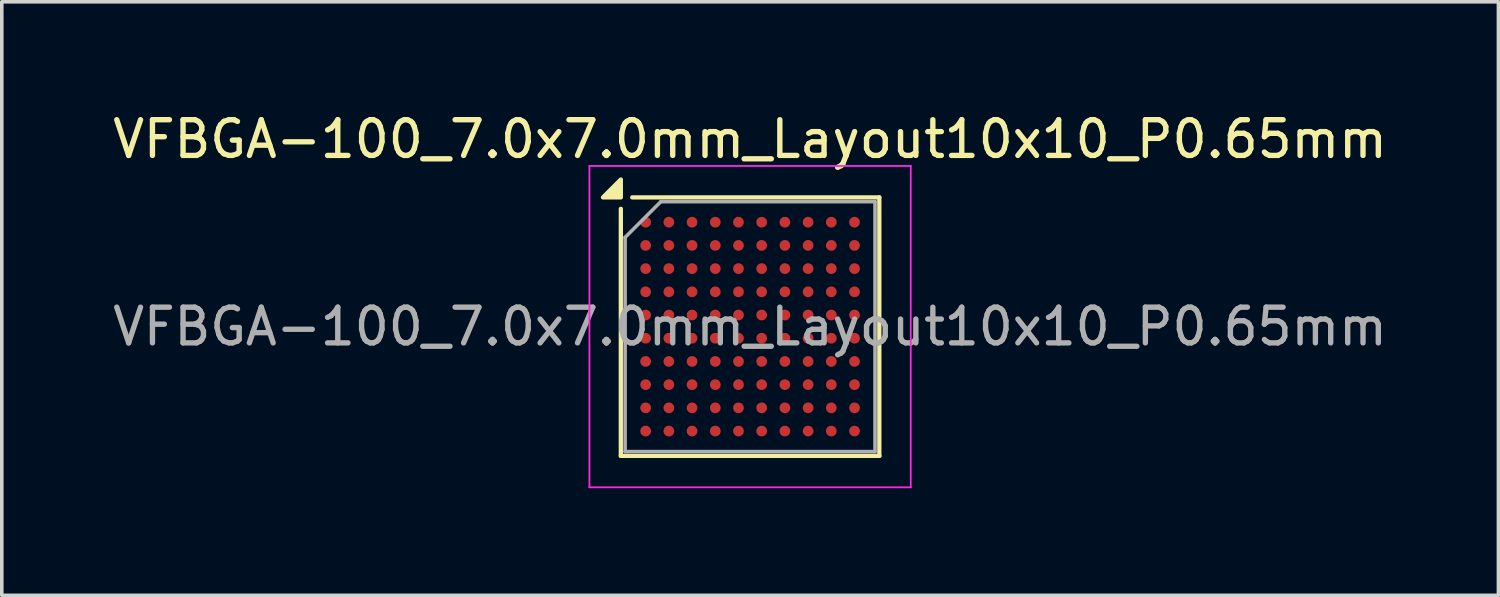
<source format=kicad_pcb>
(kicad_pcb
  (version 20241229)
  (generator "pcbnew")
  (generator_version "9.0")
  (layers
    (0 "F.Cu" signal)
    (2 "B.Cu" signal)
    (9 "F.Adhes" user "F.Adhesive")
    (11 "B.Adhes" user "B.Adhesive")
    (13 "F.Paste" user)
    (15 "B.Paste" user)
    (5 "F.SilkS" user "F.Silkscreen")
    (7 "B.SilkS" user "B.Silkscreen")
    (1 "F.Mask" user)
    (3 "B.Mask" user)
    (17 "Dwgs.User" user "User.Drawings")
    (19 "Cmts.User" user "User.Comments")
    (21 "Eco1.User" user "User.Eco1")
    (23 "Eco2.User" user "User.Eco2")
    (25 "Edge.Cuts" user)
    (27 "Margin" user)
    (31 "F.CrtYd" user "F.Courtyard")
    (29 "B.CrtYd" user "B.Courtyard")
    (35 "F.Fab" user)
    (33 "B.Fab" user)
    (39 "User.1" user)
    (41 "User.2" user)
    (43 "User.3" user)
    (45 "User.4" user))
  (footprint "VFBGA-100_7.0x7.0mm_Layout10x10_P0.65mm"
    (layer "F.Cu")
    (at 17.958 6.098)
    (property "Reference" "VFBGA-100_7.0x7.0mm_Layout10x10_P0.65mm" (at 0 -5.25 0) (layer "F.SilkS") (effects (font (size 1 1) (thickness 0.15))))
    (attr smd)
    (fp_line (start -3.62 -3.3) (end -3.62 3.62) (stroke (width 0.12) (type solid)) (layer "F.SilkS"))
    (fp_line (start -3.62 3.62) (end 3.62 3.62) (stroke (width 0.12) (type solid)) (layer "F.SilkS"))
    (fp_line (start 3.62 -3.62) (end -3.3 -3.62) (stroke (width 0.12) (type solid)) (layer "F.SilkS"))
    (fp_line (start 3.62 3.62) (end 3.62 -3.62) (stroke (width 0.12) (type solid)) (layer "F.SilkS"))
    (fp_poly (pts (xy -3.62 -3.62) (xy -4.12 -3.62) (xy -3.62 -4.12) (xy -3.62 -3.62)) (stroke (width 0.12) (type solid)) (fill yes) (layer "F.SilkS"))
    (fp_line (start -4.5 -4.5) (end -4.5 4.5) (stroke (width 0.05) (type solid)) (layer "F.CrtYd"))
    (fp_line (start -4.5 -4.5) (end 4.5 -4.5) (stroke (width 0.05) (type solid)) (layer "F.CrtYd"))
    (fp_line (start 4.5 4.5) (end -4.5 4.5) (stroke (width 0.05) (type solid)) (layer "F.CrtYd"))
    (fp_line (start 4.5 4.5) (end 4.5 -4.5) (stroke (width 0.05) (type solid)) (layer "F.CrtYd"))
    (fp_line (start -3.5 -2.5) (end -3.5 3.5) (stroke (width 0.1) (type solid)) (layer "F.Fab"))
    (fp_line (start -3.5 3.5) (end 3.5 3.5) (stroke (width 0.1) (type solid)) (layer "F.Fab"))
    (fp_line (start -2.5 -3.5) (end -3.5 -2.5) (stroke (width 0.1) (type solid)) (layer "F.Fab"))
    (fp_line (start 3.5 -3.5) (end -2.5 -3.5) (stroke (width 0.1) (type solid)) (layer "F.Fab"))
    (fp_line (start 3.5 3.5) (end 3.5 -3.5) (stroke (width 0.1) (type solid)) (layer "F.Fab"))
    (fp_text user "${REFERENCE}" (at 0 0 0) (layer "F.Fab") (effects (font (size 1 1) (thickness 0.15))))
    (pad "A1" smd circle (at -2.925 -2.925) (size 0.3 0.3) (property pad_prop_bga) (layers "F.Cu" "F.Mask" "F.Paste"))
    (pad "A2" smd circle (at -2.275 -2.925) (size 0.3 0.3) (property pad_prop_bga) (layers "F.Cu" "F.Mask" "F.Paste"))
    (pad "A3" smd circle (at -1.625 -2.925) (size 0.3 0.3) (property pad_prop_bga) (layers "F.Cu" "F.Mask" "F.Paste"))
    (pad "A4" smd circle (at -0.975 -2.925) (size 0.3 0.3) (property pad_prop_bga) (layers "F.Cu" "F.Mask" "F.Paste"))
    (pad "A5" smd circle (at -0.325 -2.925) (size 0.3 0.3) (property pad_prop_bga) (layers "F.Cu" "F.Mask" "F.Paste"))
    (pad "A6" smd circle (at 0.325 -2.925) (size 0.3 0.3) (property pad_prop_bga) (layers "F.Cu" "F.Mask" "F.Paste"))
    (pad "A7" smd circle (at 0.975 -2.925) (size 0.3 0.3) (property pad_prop_bga) (layers "F.Cu" "F.Mask" "F.Paste"))
    (pad "A8" smd circle (at 1.625 -2.925) (size 0.3 0.3) (property pad_prop_bga) (layers "F.Cu" "F.Mask" "F.Paste"))
    (pad "A9" smd circle (at 2.275 -2.925) (size 0.3 0.3) (property pad_prop_bga) (layers "F.Cu" "F.Mask" "F.Paste"))
    (pad "A10" smd circle (at 2.925 -2.925) (size 0.3 0.3) (property pad_prop_bga) (layers "F.Cu" "F.Mask" "F.Paste"))
    (pad "B1" smd circle (at -2.925 -2.275) (size 0.3 0.3) (property pad_prop_bga) (layers "F.Cu" "F.Mask" "F.Paste"))
    (pad "B2" smd circle (at -2.275 -2.275) (size 0.3 0.3) (property pad_prop_bga) (layers "F.Cu" "F.Mask" "F.Paste"))
    (pad "B3" smd circle (at -1.625 -2.275) (size 0.3 0.3) (property pad_prop_bga) (layers "F.Cu" "F.Mask" "F.Paste"))
    (pad "B4" smd circle (at -0.975 -2.275) (size 0.3 0.3) (property pad_prop_bga) (layers "F.Cu" "F.Mask" "F.Paste"))
    (pad "B5" smd circle (at -0.325 -2.275) (size 0.3 0.3) (property pad_prop_bga) (layers "F.Cu" "F.Mask" "F.Paste"))
    (pad "B6" smd circle (at 0.325 -2.275) (size 0.3 0.3) (property pad_prop_bga) (layers "F.Cu" "F.Mask" "F.Paste"))
    (pad "B7" smd circle (at 0.975 -2.275) (size 0.3 0.3) (property pad_prop_bga) (layers "F.Cu" "F.Mask" "F.Paste"))
    (pad "B8" smd circle (at 1.625 -2.275) (size 0.3 0.3) (property pad_prop_bga) (layers "F.Cu" "F.Mask" "F.Paste"))
    (pad "B9" smd circle (at 2.275 -2.275) (size 0.3 0.3) (property pad_prop_bga) (layers "F.Cu" "F.Mask" "F.Paste"))
    (pad "B10" smd circle (at 2.925 -2.275) (size 0.3 0.3) (property pad_prop_bga) (layers "F.Cu" "F.Mask" "F.Paste"))
    (pad "C1" smd circle (at -2.925 -1.625) (size 0.3 0.3) (property pad_prop_bga) (layers "F.Cu" "F.Mask" "F.Paste"))
    (pad "C2" smd circle (at -2.275 -1.625) (size 0.3 0.3) (property pad_prop_bga) (layers "F.Cu" "F.Mask" "F.Paste"))
    (pad "C3" smd circle (at -1.625 -1.625) (size 0.3 0.3) (property pad_prop_bga) (layers "F.Cu" "F.Mask" "F.Paste"))
    (pad "C4" smd circle (at -0.975 -1.625) (size 0.3 0.3) (property pad_prop_bga) (layers "F.Cu" "F.Mask" "F.Paste"))
    (pad "C5" smd circle (at -0.325 -1.625) (size 0.3 0.3) (property pad_prop_bga) (layers "F.Cu" "F.Mask" "F.Paste"))
    (pad "C6" smd circle (at 0.325 -1.625) (size 0.3 0.3) (property pad_prop_bga) (layers "F.Cu" "F.Mask" "F.Paste"))
    (pad "C7" smd circle (at 0.975 -1.625) (size 0.3 0.3) (property pad_prop_bga) (layers "F.Cu" "F.Mask" "F.Paste"))
    (pad "C8" smd circle (at 1.625 -1.625) (size 0.3 0.3) (property pad_prop_bga) (layers "F.Cu" "F.Mask" "F.Paste"))
    (pad "C9" smd circle (at 2.275 -1.625) (size 0.3 0.3) (property pad_prop_bga) (layers "F.Cu" "F.Mask" "F.Paste"))
    (pad "C10" smd circle (at 2.925 -1.625) (size 0.3 0.3) (property pad_prop_bga) (layers "F.Cu" "F.Mask" "F.Paste"))
    (pad "D1" smd circle (at -2.925 -0.975) (size 0.3 0.3) (property pad_prop_bga) (layers "F.Cu" "F.Mask" "F.Paste"))
    (pad "D2" smd circle (at -2.275 -0.975) (size 0.3 0.3) (property pad_prop_bga) (layers "F.Cu" "F.Mask" "F.Paste"))
    (pad "D3" smd circle (at -1.625 -0.975) (size 0.3 0.3) (property pad_prop_bga) (layers "F.Cu" "F.Mask" "F.Paste"))
    (pad "D4" smd circle (at -0.975 -0.975) (size 0.3 0.3) (property pad_prop_bga) (layers "F.Cu" "F.Mask" "F.Paste"))
    (pad "D5" smd circle (at -0.325 -0.975) (size 0.3 0.3) (property pad_prop_bga) (layers "F.Cu" "F.Mask" "F.Paste"))
    (pad "D6" smd circle (at 0.325 -0.975) (size 0.3 0.3) (property pad_prop_bga) (layers "F.Cu" "F.Mask" "F.Paste"))
    (pad "D7" smd circle (at 0.975 -0.975) (size 0.3 0.3) (property pad_prop_bga) (layers "F.Cu" "F.Mask" "F.Paste"))
    (pad "D8" smd circle (at 1.625 -0.975) (size 0.3 0.3) (property pad_prop_bga) (layers "F.Cu" "F.Mask" "F.Paste"))
    (pad "D9" smd circle (at 2.275 -0.975) (size 0.3 0.3) (property pad_prop_bga) (layers "F.Cu" "F.Mask" "F.Paste"))
    (pad "D10" smd circle (at 2.925 -0.975) (size 0.3 0.3) (property pad_prop_bga) (layers "F.Cu" "F.Mask" "F.Paste"))
    (pad "E1" smd circle (at -2.925 -0.325) (size 0.3 0.3) (property pad_prop_bga) (layers "F.Cu" "F.Mask" "F.Paste"))
    (pad "E2" smd circle (at -2.275 -0.325) (size 0.3 0.3) (property pad_prop_bga) (layers "F.Cu" "F.Mask" "F.Paste"))
    (pad "E3" smd circle (at -1.625 -0.325) (size 0.3 0.3) (property pad_prop_bga) (layers "F.Cu" "F.Mask" "F.Paste"))
    (pad "E4" smd circle (at -0.975 -0.325) (size 0.3 0.3) (property pad_prop_bga) (layers "F.Cu" "F.Mask" "F.Paste"))
    (pad "E5" smd circle (at -0.325 -0.325) (size 0.3 0.3) (property pad_prop_bga) (layers "F.Cu" "F.Mask" "F.Paste"))
    (pad "E6" smd circle (at 0.325 -0.325) (size 0.3 0.3) (property pad_prop_bga) (layers "F.Cu" "F.Mask" "F.Paste"))
    (pad "E7" smd circle (at 0.975 -0.325) (size 0.3 0.3) (property pad_prop_bga) (layers "F.Cu" "F.Mask" "F.Paste"))
    (pad "E8" smd circle (at 1.625 -0.325) (size 0.3 0.3) (property pad_prop_bga) (layers "F.Cu" "F.Mask" "F.Paste"))
    (pad "E9" smd circle (at 2.275 -0.325) (size 0.3 0.3) (property pad_prop_bga) (layers "F.Cu" "F.Mask" "F.Paste"))
    (pad "E10" smd circle (at 2.925 -0.325) (size 0.3 0.3) (property pad_prop_bga) (layers "F.Cu" "F.Mask" "F.Paste"))
    (pad "F1" smd circle (at -2.925 0.325) (size 0.3 0.3) (property pad_prop_bga) (layers "F.Cu" "F.Mask" "F.Paste"))
    (pad "F2" smd circle (at -2.275 0.325) (size 0.3 0.3) (property pad_prop_bga) (layers "F.Cu" "F.Mask" "F.Paste"))
    (pad "F3" smd circle (at -1.625 0.325) (size 0.3 0.3) (property pad_prop_bga) (layers "F.Cu" "F.Mask" "F.Paste"))
    (pad "F4" smd circle (at -0.975 0.325) (size 0.3 0.3) (property pad_prop_bga) (layers "F.Cu" "F.Mask" "F.Paste"))
    (pad "F5" smd circle (at -0.325 0.325) (size 0.3 0.3) (property pad_prop_bga) (layers "F.Cu" "F.Mask" "F.Paste"))
    (pad "F6" smd circle (at 0.325 0.325) (size 0.3 0.3) (property pad_prop_bga) (layers "F.Cu" "F.Mask" "F.Paste"))
    (pad "F7" smd circle (at 0.975 0.325) (size 0.3 0.3) (property pad_prop_bga) (layers "F.Cu" "F.Mask" "F.Paste"))
    (pad "F8" smd circle (at 1.625 0.325) (size 0.3 0.3) (property pad_prop_bga) (layers "F.Cu" "F.Mask" "F.Paste"))
    (pad "F9" smd circle (at 2.275 0.325) (size 0.3 0.3) (property pad_prop_bga) (layers "F.Cu" "F.Mask" "F.Paste"))
    (pad "F10" smd circle (at 2.925 0.325) (size 0.3 0.3) (property pad_prop_bga) (layers "F.Cu" "F.Mask" "F.Paste"))
    (pad "G1" smd circle (at -2.925 0.975) (size 0.3 0.3) (property pad_prop_bga) (layers "F.Cu" "F.Mask" "F.Paste"))
    (pad "G2" smd circle (at -2.275 0.975) (size 0.3 0.3) (property pad_prop_bga) (layers "F.Cu" "F.Mask" "F.Paste"))
    (pad "G3" smd circle (at -1.625 0.975) (size 0.3 0.3) (property pad_prop_bga) (layers "F.Cu" "F.Mask" "F.Paste"))
    (pad "G4" smd circle (at -0.975 0.975) (size 0.3 0.3) (property pad_prop_bga) (layers "F.Cu" "F.Mask" "F.Paste"))
    (pad "G5" smd circle (at -0.325 0.975) (size 0.3 0.3) (property pad_prop_bga) (layers "F.Cu" "F.Mask" "F.Paste"))
    (pad "G6" smd circle (at 0.325 0.975) (size 0.3 0.3) (property pad_prop_bga) (layers "F.Cu" "F.Mask" "F.Paste"))
    (pad "G7" smd circle (at 0.975 0.975) (size 0.3 0.3) (property pad_prop_bga) (layers "F.Cu" "F.Mask" "F.Paste"))
    (pad "G8" smd circle (at 1.625 0.975) (size 0.3 0.3) (property pad_prop_bga) (layers "F.Cu" "F.Mask" "F.Paste"))
    (pad "G9" smd circle (at 2.275 0.975) (size 0.3 0.3) (property pad_prop_bga) (layers "F.Cu" "F.Mask" "F.Paste"))
    (pad "G10" smd circle (at 2.925 0.975) (size 0.3 0.3) (property pad_prop_bga) (layers "F.Cu" "F.Mask" "F.Paste"))
    (pad "H1" smd circle (at -2.925 1.625) (size 0.3 0.3) (property pad_prop_bga) (layers "F.Cu" "F.Mask" "F.Paste"))
    (pad "H2" smd circle (at -2.275 1.625) (size 0.3 0.3) (property pad_prop_bga) (layers "F.Cu" "F.Mask" "F.Paste"))
    (pad "H3" smd circle (at -1.625 1.625) (size 0.3 0.3) (property pad_prop_bga) (layers "F.Cu" "F.Mask" "F.Paste"))
    (pad "H4" smd circle (at -0.975 1.625) (size 0.3 0.3) (property pad_prop_bga) (layers "F.Cu" "F.Mask" "F.Paste"))
    (pad "H5" smd circle (at -0.325 1.625) (size 0.3 0.3) (property pad_prop_bga) (layers "F.Cu" "F.Mask" "F.Paste"))
    (pad "H6" smd circle (at 0.325 1.625) (size 0.3 0.3) (property pad_prop_bga) (layers "F.Cu" "F.Mask" "F.Paste"))
    (pad "H7" smd circle (at 0.975 1.625) (size 0.3 0.3) (property pad_prop_bga) (layers "F.Cu" "F.Mask" "F.Paste"))
    (pad "H8" smd circle (at 1.625 1.625) (size 0.3 0.3) (property pad_prop_bga) (layers "F.Cu" "F.Mask" "F.Paste"))
    (pad "H9" smd circle (at 2.275 1.625) (size 0.3 0.3) (property pad_prop_bga) (layers "F.Cu" "F.Mask" "F.Paste"))
    (pad "H10" smd circle (at 2.925 1.625) (size 0.3 0.3) (property pad_prop_bga) (layers "F.Cu" "F.Mask" "F.Paste"))
    (pad "J1" smd circle (at -2.925 2.275) (size 0.3 0.3) (property pad_prop_bga) (layers "F.Cu" "F.Mask" "F.Paste"))
    (pad "J2" smd circle (at -2.275 2.275) (size 0.3 0.3) (property pad_prop_bga) (layers "F.Cu" "F.Mask" "F.Paste"))
    (pad "J3" smd circle (at -1.625 2.275) (size 0.3 0.3) (property pad_prop_bga) (layers "F.Cu" "F.Mask" "F.Paste"))
    (pad "J4" smd circle (at -0.975 2.275) (size 0.3 0.3) (property pad_prop_bga) (layers "F.Cu" "F.Mask" "F.Paste"))
    (pad "J5" smd circle (at -0.325 2.275) (size 0.3 0.3) (property pad_prop_bga) (layers "F.Cu" "F.Mask" "F.Paste"))
    (pad "J6" smd circle (at 0.325 2.275) (size 0.3 0.3) (property pad_prop_bga) (layers "F.Cu" "F.Mask" "F.Paste"))
    (pad "J7" smd circle (at 0.975 2.275) (size 0.3 0.3) (property pad_prop_bga) (layers "F.Cu" "F.Mask" "F.Paste"))
    (pad "J8" smd circle (at 1.625 2.275) (size 0.3 0.3) (property pad_prop_bga) (layers "F.Cu" "F.Mask" "F.Paste"))
    (pad "J9" smd circle (at 2.275 2.275) (size 0.3 0.3) (property pad_prop_bga) (layers "F.Cu" "F.Mask" "F.Paste"))
    (pad "J10" smd circle (at 2.925 2.275) (size 0.3 0.3) (property pad_prop_bga) (layers "F.Cu" "F.Mask" "F.Paste"))
    (pad "K1" smd circle (at -2.925 2.925) (size 0.3 0.3) (property pad_prop_bga) (layers "F.Cu" "F.Mask" "F.Paste"))
    (pad "K2" smd circle (at -2.275 2.925) (size 0.3 0.3) (property pad_prop_bga) (layers "F.Cu" "F.Mask" "F.Paste"))
    (pad "K3" smd circle (at -1.625 2.925) (size 0.3 0.3) (property pad_prop_bga) (layers "F.Cu" "F.Mask" "F.Paste"))
    (pad "K4" smd circle (at -0.975 2.925) (size 0.3 0.3) (property pad_prop_bga) (layers "F.Cu" "F.Mask" "F.Paste"))
    (pad "K5" smd circle (at -0.325 2.925) (size 0.3 0.3) (property pad_prop_bga) (layers "F.Cu" "F.Mask" "F.Paste"))
    (pad "K6" smd circle (at 0.325 2.925) (size 0.3 0.3) (property pad_prop_bga) (layers "F.Cu" "F.Mask" "F.Paste"))
    (pad "K7" smd circle (at 0.975 2.925) (size 0.3 0.3) (property pad_prop_bga) (layers "F.Cu" "F.Mask" "F.Paste"))
    (pad "K8" smd circle (at 1.625 2.925) (size 0.3 0.3) (property pad_prop_bga) (layers "F.Cu" "F.Mask" "F.Paste"))
    (pad "K9" smd circle (at 2.275 2.925) (size 0.3 0.3) (property pad_prop_bga) (layers "F.Cu" "F.Mask" "F.Paste"))
    (pad "K10" smd circle (at 2.925 2.925) (size 0.3 0.3) (property pad_prop_bga) (layers "F.Cu" "F.Mask" "F.Paste")))
  (gr_rect
    (start -3 -3)
    (end 38.917 13.623)
    (stroke (width 0.1) (type default))
    (fill no)
    (layer "Edge.Cuts")))
</source>
